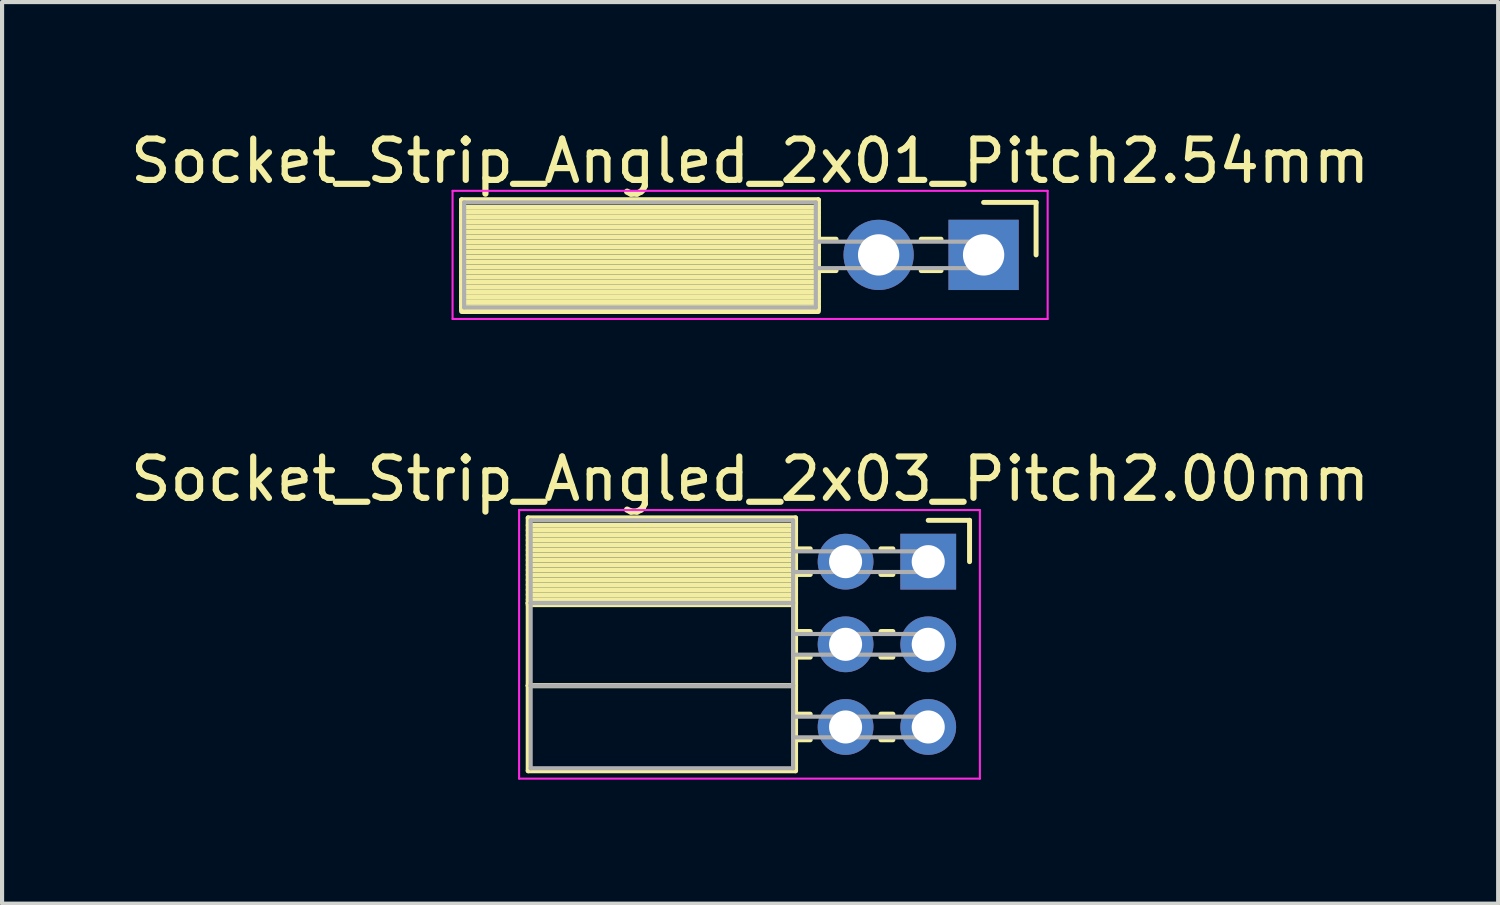
<source format=kicad_pcb>
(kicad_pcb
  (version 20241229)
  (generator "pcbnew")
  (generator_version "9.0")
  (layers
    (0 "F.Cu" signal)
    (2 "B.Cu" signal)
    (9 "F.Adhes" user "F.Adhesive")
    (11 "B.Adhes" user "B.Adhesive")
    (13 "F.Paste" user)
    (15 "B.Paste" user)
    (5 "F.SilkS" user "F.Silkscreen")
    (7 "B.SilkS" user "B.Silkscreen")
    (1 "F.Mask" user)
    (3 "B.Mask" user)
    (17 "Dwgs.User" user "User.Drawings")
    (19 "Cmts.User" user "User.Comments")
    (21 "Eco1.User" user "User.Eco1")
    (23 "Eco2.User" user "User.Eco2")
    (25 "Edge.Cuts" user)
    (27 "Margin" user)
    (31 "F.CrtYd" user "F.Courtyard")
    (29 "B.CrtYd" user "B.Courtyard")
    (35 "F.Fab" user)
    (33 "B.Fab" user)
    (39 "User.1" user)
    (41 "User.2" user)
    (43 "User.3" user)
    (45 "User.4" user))
  (footprint "Socket_Strip_Angled_2x03_Pitch2.00mm"
    (layer "F.Cu")
    (at 19.411 10.541)
    (property "Reference" "Socket_Strip_Angled_2x03_Pitch2.00mm" (at -4.31 -2 0) (layer "F.SilkS") (effects (font (size 1 1) (thickness 0.15))))
    (attr through_hole)
    (fp_line (start -9.68 -1.06) (end -3.21 -1.06) (stroke (width 0.12) (type solid)) (layer "F.SilkS"))
    (fp_line (start -9.68 1) (end -9.68 -1.06) (stroke (width 0.12) (type solid)) (layer "F.SilkS"))
    (fp_line (start -9.68 1) (end -3.21 1) (stroke (width 0.12) (type solid)) (layer "F.SilkS"))
    (fp_line (start -9.68 3) (end -9.68 1) (stroke (width 0.12) (type solid)) (layer "F.SilkS"))
    (fp_line (start -9.68 3) (end -3.21 3) (stroke (width 0.12) (type solid)) (layer "F.SilkS"))
    (fp_line (start -9.68 5.06) (end -9.68 3) (stroke (width 0.12) (type solid)) (layer "F.SilkS"))
    (fp_line (start -3.21 -1.06) (end -3.21 1) (stroke (width 0.12) (type solid)) (layer "F.SilkS"))
    (fp_line (start -3.21 -0.88) (end -9.68 -0.88) (stroke (width 0.12) (type solid)) (layer "F.SilkS"))
    (fp_line (start -3.21 -0.76) (end -9.68 -0.76) (stroke (width 0.12) (type solid)) (layer "F.SilkS"))
    (fp_line (start -3.21 -0.64) (end -9.68 -0.64) (stroke (width 0.12) (type solid)) (layer "F.SilkS"))
    (fp_line (start -3.21 -0.52) (end -9.68 -0.52) (stroke (width 0.12) (type solid)) (layer "F.SilkS"))
    (fp_line (start -3.21 -0.4) (end -9.68 -0.4) (stroke (width 0.12) (type solid)) (layer "F.SilkS"))
    (fp_line (start -3.21 -0.28) (end -9.68 -0.28) (stroke (width 0.12) (type solid)) (layer "F.SilkS"))
    (fp_line (start -3.21 -0.16) (end -9.68 -0.16) (stroke (width 0.12) (type solid)) (layer "F.SilkS"))
    (fp_line (start -3.21 -0.04) (end -9.68 -0.04) (stroke (width 0.12) (type solid)) (layer "F.SilkS"))
    (fp_line (start -3.21 0.08) (end -9.68 0.08) (stroke (width 0.12) (type solid)) (layer "F.SilkS"))
    (fp_line (start -3.21 0.2) (end -9.68 0.2) (stroke (width 0.12) (type solid)) (layer "F.SilkS"))
    (fp_line (start -3.21 0.32) (end -9.68 0.32) (stroke (width 0.12) (type solid)) (layer "F.SilkS"))
    (fp_line (start -3.21 0.44) (end -9.68 0.44) (stroke (width 0.12) (type solid)) (layer "F.SilkS"))
    (fp_line (start -3.21 0.56) (end -9.68 0.56) (stroke (width 0.12) (type solid)) (layer "F.SilkS"))
    (fp_line (start -3.21 0.68) (end -9.68 0.68) (stroke (width 0.12) (type solid)) (layer "F.SilkS"))
    (fp_line (start -3.21 0.8) (end -9.68 0.8) (stroke (width 0.12) (type solid)) (layer "F.SilkS"))
    (fp_line (start -3.21 0.92) (end -9.68 0.92) (stroke (width 0.12) (type solid)) (layer "F.SilkS"))
    (fp_line (start -3.21 1) (end -9.68 1) (stroke (width 0.12) (type solid)) (layer "F.SilkS"))
    (fp_line (start -3.21 1) (end -3.21 3) (stroke (width 0.12) (type solid)) (layer "F.SilkS"))
    (fp_line (start -3.21 1.04) (end -9.68 1.04) (stroke (width 0.12) (type solid)) (layer "F.SilkS"))
    (fp_line (start -3.21 3) (end -9.68 3) (stroke (width 0.12) (type solid)) (layer "F.SilkS"))
    (fp_line (start -3.21 3) (end -3.21 5.06) (stroke (width 0.12) (type solid)) (layer "F.SilkS"))
    (fp_line (start -3.21 5.06) (end -9.68 5.06) (stroke (width 0.12) (type solid)) (layer "F.SilkS"))
    (fp_line (start -2.855 -0.31) (end -3.21 -0.31) (stroke (width 0.12) (type solid)) (layer "F.SilkS"))
    (fp_line (start -2.855 0.31) (end -3.21 0.31) (stroke (width 0.12) (type solid)) (layer "F.SilkS"))
    (fp_line (start -2.855 1.69) (end -3.21 1.69) (stroke (width 0.12) (type solid)) (layer "F.SilkS"))
    (fp_line (start -2.855 2.31) (end -3.21 2.31) (stroke (width 0.12) (type solid)) (layer "F.SilkS"))
    (fp_line (start -2.855 3.69) (end -3.21 3.69) (stroke (width 0.12) (type solid)) (layer "F.SilkS"))
    (fp_line (start -2.855 4.31) (end -3.21 4.31) (stroke (width 0.12) (type solid)) (layer "F.SilkS"))
    (fp_line (start -0.855 -0.31) (end -1.145 -0.31) (stroke (width 0.12) (type solid)) (layer "F.SilkS"))
    (fp_line (start -0.855 0.31) (end -1.145 0.31) (stroke (width 0.12) (type solid)) (layer "F.SilkS"))
    (fp_line (start -0.855 1.69) (end -1.145 1.69) (stroke (width 0.12) (type solid)) (layer "F.SilkS"))
    (fp_line (start -0.855 2.31) (end -1.145 2.31) (stroke (width 0.12) (type solid)) (layer "F.SilkS"))
    (fp_line (start -0.855 3.69) (end -1.145 3.69) (stroke (width 0.12) (type solid)) (layer "F.SilkS"))
    (fp_line (start -0.855 4.31) (end -1.145 4.31) (stroke (width 0.12) (type solid)) (layer "F.SilkS"))
    (fp_line (start 0 -1) (end 1 -1) (stroke (width 0.12) (type solid)) (layer "F.SilkS"))
    (fp_line (start 1 -1) (end 1 0) (stroke (width 0.12) (type solid)) (layer "F.SilkS"))
    (fp_line (start -9.9 -1.25) (end 1.25 -1.25) (stroke (width 0.05) (type solid)) (layer "F.CrtYd"))
    (fp_line (start -9.9 5.25) (end -9.9 -1.25) (stroke (width 0.05) (type solid)) (layer "F.CrtYd"))
    (fp_line (start 1.25 -1.25) (end 1.25 5.25) (stroke (width 0.05) (type solid)) (layer "F.CrtYd"))
    (fp_line (start 1.25 5.25) (end -9.9 5.25) (stroke (width 0.05) (type solid)) (layer "F.CrtYd"))
    (fp_line (start -9.62 -1) (end -3.27 -1) (stroke (width 0.1) (type solid)) (layer "F.Fab"))
    (fp_line (start -9.62 1) (end -9.62 -1) (stroke (width 0.1) (type solid)) (layer "F.Fab"))
    (fp_line (start -9.62 1) (end -3.27 1) (stroke (width 0.1) (type solid)) (layer "F.Fab"))
    (fp_line (start -9.62 3) (end -9.62 1) (stroke (width 0.1) (type solid)) (layer "F.Fab"))
    (fp_line (start -9.62 3) (end -3.27 3) (stroke (width 0.1) (type solid)) (layer "F.Fab"))
    (fp_line (start -9.62 5) (end -9.62 3) (stroke (width 0.1) (type solid)) (layer "F.Fab"))
    (fp_line (start -3.27 -1) (end -3.27 1) (stroke (width 0.1) (type solid)) (layer "F.Fab"))
    (fp_line (start -3.27 -0.25) (end 0 -0.25) (stroke (width 0.1) (type solid)) (layer "F.Fab"))
    (fp_line (start -3.27 0.25) (end -3.27 -0.25) (stroke (width 0.1) (type solid)) (layer "F.Fab"))
    (fp_line (start -3.27 1) (end -9.62 1) (stroke (width 0.1) (type solid)) (layer "F.Fab"))
    (fp_line (start -3.27 1) (end -3.27 3) (stroke (width 0.1) (type solid)) (layer "F.Fab"))
    (fp_line (start -3.27 1.75) (end 0 1.75) (stroke (width 0.1) (type solid)) (layer "F.Fab"))
    (fp_line (start -3.27 2.25) (end -3.27 1.75) (stroke (width 0.1) (type solid)) (layer "F.Fab"))
    (fp_line (start -3.27 3) (end -9.62 3) (stroke (width 0.1) (type solid)) (layer "F.Fab"))
    (fp_line (start -3.27 3) (end -3.27 5) (stroke (width 0.1) (type solid)) (layer "F.Fab"))
    (fp_line (start -3.27 3.75) (end 0 3.75) (stroke (width 0.1) (type solid)) (layer "F.Fab"))
    (fp_line (start -3.27 4.25) (end -3.27 3.75) (stroke (width 0.1) (type solid)) (layer "F.Fab"))
    (fp_line (start -3.27 5) (end -9.62 5) (stroke (width 0.1) (type solid)) (layer "F.Fab"))
    (fp_line (start 0 -0.25) (end 0 0.25) (stroke (width 0.1) (type solid)) (layer "F.Fab"))
    (fp_line (start 0 0.25) (end -3.27 0.25) (stroke (width 0.1) (type solid)) (layer "F.Fab"))
    (fp_line (start 0 1.75) (end 0 2.25) (stroke (width 0.1) (type solid)) (layer "F.Fab"))
    (fp_line (start 0 2.25) (end -3.27 2.25) (stroke (width 0.1) (type solid)) (layer "F.Fab"))
    (fp_line (start 0 3.75) (end 0 4.25) (stroke (width 0.1) (type solid)) (layer "F.Fab"))
    (fp_line (start 0 4.25) (end -3.27 4.25) (stroke (width 0.1) (type solid)) (layer "F.Fab"))
    (pad "1" thru_hole rect (at 0 0) (size 1.35 1.35) (drill 0.8) (layers "*.Cu" "*.Mask"))
    (pad "2" thru_hole oval (at -2 0) (size 1.35 1.35) (drill 0.8) (layers "*.Cu" "*.Mask"))
    (pad "3" thru_hole oval (at 0 2) (size 1.35 1.35) (drill 0.8) (layers "*.Cu" "*.Mask"))
    (pad "4" thru_hole oval (at -2 2) (size 1.35 1.35) (drill 0.8) (layers "*.Cu" "*.Mask"))
    (pad "5" thru_hole oval (at 0 4) (size 1.35 1.35) (drill 0.8) (layers "*.Cu" "*.Mask"))
    (pad "6" thru_hole oval (at -2 4) (size 1.35 1.35) (drill 0.8) (layers "*.Cu" "*.Mask")))
  (footprint "Socket_Strip_Angled_2x01_Pitch2.54mm"
    (layer "F.Cu")
    (at 20.751 3.118)
    (property "Reference" "Socket_Strip_Angled_2x01_Pitch2.54mm" (at -5.65 -2.27 0) (layer "F.SilkS") (effects (font (size 1 1) (thickness 0.15))))
    (attr through_hole)
    (fp_line (start -12.63 -1.33) (end -4 -1.33) (stroke (width 0.12) (type solid)) (layer "F.SilkS"))
    (fp_line (start -12.63 -1.33) (end -4 -1.33) (stroke (width 0.12) (type solid)) (layer "F.SilkS"))
    (fp_line (start -12.63 1.27) (end -12.63 -1.33) (stroke (width 0.12) (type solid)) (layer "F.SilkS"))
    (fp_line (start -12.63 1.33) (end -12.63 -1.33) (stroke (width 0.12) (type solid)) (layer "F.SilkS"))
    (fp_line (start -4 -1.33) (end -4 1.27) (stroke (width 0.12) (type solid)) (layer "F.SilkS"))
    (fp_line (start -4 -1.33) (end -4 1.33) (stroke (width 0.12) (type solid)) (layer "F.SilkS"))
    (fp_line (start -4 -1.15) (end -12.63 -1.15) (stroke (width 0.12) (type solid)) (layer "F.SilkS"))
    (fp_line (start -4 -1.03) (end -12.63 -1.03) (stroke (width 0.12) (type solid)) (layer "F.SilkS"))
    (fp_line (start -4 -0.91) (end -12.63 -0.91) (stroke (width 0.12) (type solid)) (layer "F.SilkS"))
    (fp_line (start -4 -0.79) (end -12.63 -0.79) (stroke (width 0.12) (type solid)) (layer "F.SilkS"))
    (fp_line (start -4 -0.67) (end -12.63 -0.67) (stroke (width 0.12) (type solid)) (layer "F.SilkS"))
    (fp_line (start -4 -0.55) (end -12.63 -0.55) (stroke (width 0.12) (type solid)) (layer "F.SilkS"))
    (fp_line (start -4 -0.43) (end -12.63 -0.43) (stroke (width 0.12) (type solid)) (layer "F.SilkS"))
    (fp_line (start -4 -0.31) (end -12.63 -0.31) (stroke (width 0.12) (type solid)) (layer "F.SilkS"))
    (fp_line (start -4 -0.19) (end -12.63 -0.19) (stroke (width 0.12) (type solid)) (layer "F.SilkS"))
    (fp_line (start -4 -0.07) (end -12.63 -0.07) (stroke (width 0.12) (type solid)) (layer "F.SilkS"))
    (fp_line (start -4 0.05) (end -12.63 0.05) (stroke (width 0.12) (type solid)) (layer "F.SilkS"))
    (fp_line (start -4 0.17) (end -12.63 0.17) (stroke (width 0.12) (type solid)) (layer "F.SilkS"))
    (fp_line (start -4 0.29) (end -12.63 0.29) (stroke (width 0.12) (type solid)) (layer "F.SilkS"))
    (fp_line (start -4 0.41) (end -12.63 0.41) (stroke (width 0.12) (type solid)) (layer "F.SilkS"))
    (fp_line (start -4 0.53) (end -12.63 0.53) (stroke (width 0.12) (type solid)) (layer "F.SilkS"))
    (fp_line (start -4 0.65) (end -12.63 0.65) (stroke (width 0.12) (type solid)) (layer "F.SilkS"))
    (fp_line (start -4 0.77) (end -12.63 0.77) (stroke (width 0.12) (type solid)) (layer "F.SilkS"))
    (fp_line (start -4 0.89) (end -12.63 0.89) (stroke (width 0.12) (type solid)) (layer "F.SilkS"))
    (fp_line (start -4 1.01) (end -12.63 1.01) (stroke (width 0.12) (type solid)) (layer "F.SilkS"))
    (fp_line (start -4 1.13) (end -12.63 1.13) (stroke (width 0.12) (type solid)) (layer "F.SilkS"))
    (fp_line (start -4 1.25) (end -12.63 1.25) (stroke (width 0.12) (type solid)) (layer "F.SilkS"))
    (fp_line (start -4 1.27) (end -12.63 1.27) (stroke (width 0.12) (type solid)) (layer "F.SilkS"))
    (fp_line (start -4 1.33) (end -12.63 1.33) (stroke (width 0.12) (type solid)) (layer "F.SilkS"))
    (fp_line (start -4 1.37) (end -12.63 1.37) (stroke (width 0.12) (type solid)) (layer "F.SilkS"))
    (fp_line (start -3.57 -0.38) (end -4 -0.38) (stroke (width 0.12) (type solid)) (layer "F.SilkS"))
    (fp_line (start -3.57 0.38) (end -4 0.38) (stroke (width 0.12) (type solid)) (layer "F.SilkS"))
    (fp_line (start -1.03 -0.38) (end -1.51 -0.38) (stroke (width 0.12) (type solid)) (layer "F.SilkS"))
    (fp_line (start -1.03 0.38) (end -1.51 0.38) (stroke (width 0.12) (type solid)) (layer "F.SilkS"))
    (fp_line (start 0 -1.27) (end 1.27 -1.27) (stroke (width 0.12) (type solid)) (layer "F.SilkS"))
    (fp_line (start 1.27 -1.27) (end 1.27 0) (stroke (width 0.12) (type solid)) (layer "F.SilkS"))
    (fp_line (start -12.85 -1.55) (end 1.55 -1.55) (stroke (width 0.05) (type solid)) (layer "F.CrtYd"))
    (fp_line (start -12.85 1.55) (end -12.85 -1.55) (stroke (width 0.05) (type solid)) (layer "F.CrtYd"))
    (fp_line (start 1.55 -1.55) (end 1.55 1.55) (stroke (width 0.05) (type solid)) (layer "F.CrtYd"))
    (fp_line (start 1.55 1.55) (end -12.85 1.55) (stroke (width 0.05) (type solid)) (layer "F.CrtYd"))
    (fp_line (start -12.57 -1.27) (end -4.06 -1.27) (stroke (width 0.1) (type solid)) (layer "F.Fab"))
    (fp_line (start -12.57 1.27) (end -12.57 -1.27) (stroke (width 0.1) (type solid)) (layer "F.Fab"))
    (fp_line (start -4.06 -1.27) (end -4.06 1.27) (stroke (width 0.1) (type solid)) (layer "F.Fab"))
    (fp_line (start -4.06 -0.32) (end 0 -0.32) (stroke (width 0.1) (type solid)) (layer "F.Fab"))
    (fp_line (start -4.06 0.32) (end -4.06 -0.32) (stroke (width 0.1) (type solid)) (layer "F.Fab"))
    (fp_line (start -4.06 1.27) (end -12.57 1.27) (stroke (width 0.1) (type solid)) (layer "F.Fab"))
    (fp_line (start 0 -0.32) (end 0 0.32) (stroke (width 0.1) (type solid)) (layer "F.Fab"))
    (fp_line (start 0 0.32) (end -4.06 0.32) (stroke (width 0.1) (type solid)) (layer "F.Fab"))
    (pad "1" thru_hole rect (at 0 0) (size 1.7 1.7) (drill 1) (layers "*.Cu" "*.Mask"))
    (pad "2" thru_hole oval (at -2.54 0) (size 1.7 1.7) (drill 1) (layers "*.Cu" "*.Mask")))
  (gr_rect
    (start -3 -3)
    (end 33.202 18.817)
    (stroke (width 0.1) (type default))
    (fill no)
    (layer "Edge.Cuts")))
</source>
